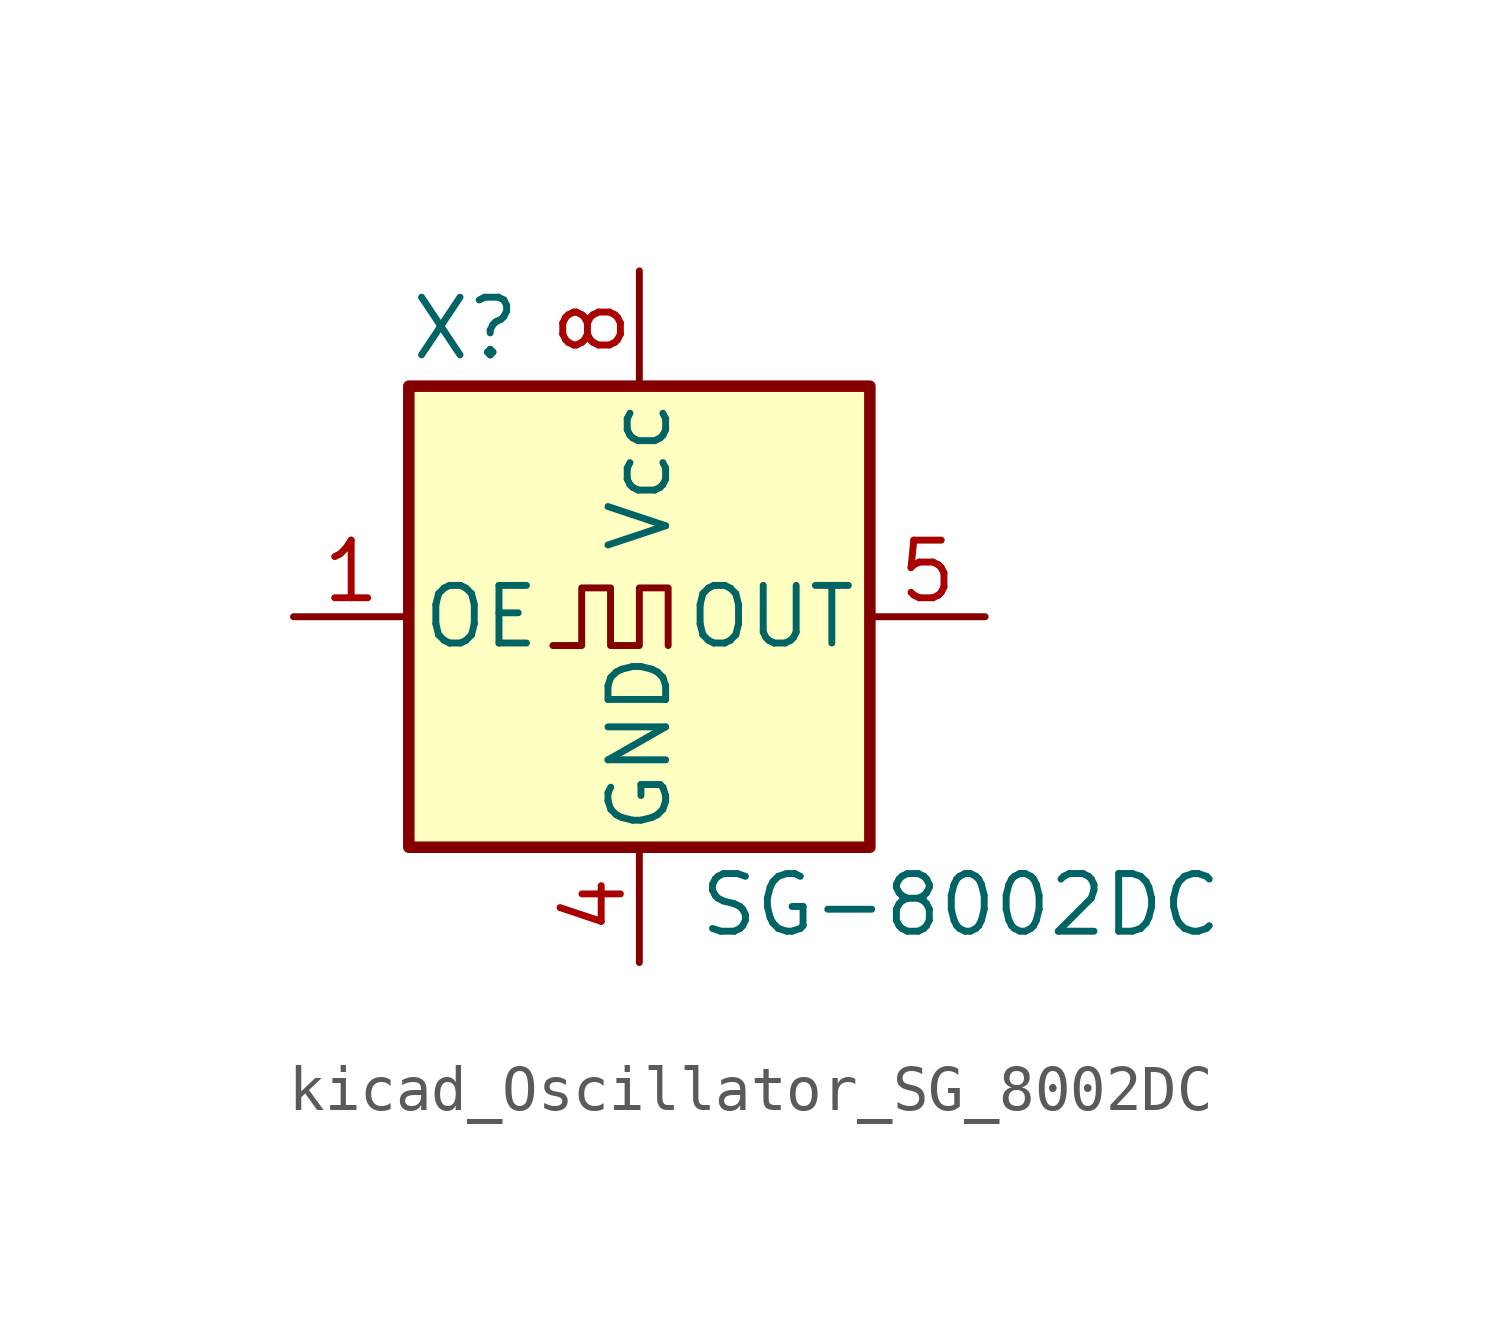
<source format=kicad_sym>
(kicad_symbol_lib
  (version 20220914)
  (generator kicad_symbol_editor)
  (symbol "kicad_Oscillator_SG_8002DC"
    (pin_names
      (offset 0.254))
    (property "Reference" "X"
      (at -5.08 6.35 0)
      (effects (font (size 1.27 1.27)) (justify left)))
    (property "Value" "SG-8002DC"
      (at 1.27 -6.35 0)
      (effects (font (size 1.27 1.27)) (justify left)))
    (symbol "kicad_Oscillator_SG_8002DC_0_1"
      (rectangle (start -5.08 5.08) (end 5.08 -5.08) (stroke (width 0.254) (type default)) (fill (type background)))
      (polyline (pts (xy -1.905 -0.635) (xy -1.27 -0.635) (xy -1.27 0.635) (xy -0.635 0.635) (xy -0.635 -0.635) (xy 0 -0.635) (xy 0 0.635) (xy 0.635 0.635) (xy 0.635 -0.635)) (stroke (width 0) (type default)) (fill (type none))))
    (symbol "kicad_Oscillator_SG_8002DC_1_1"
      (pin input line (at -7.62 0 0) (length 2.54) (name "OE" (effects (font (size 1.27 1.27)))) (number "1" (effects (font (size 1.27 1.27)))))
      (pin power_in line (at 0 -7.62 90) (length 2.54) (name "GND" (effects (font (size 1.27 1.27)))) (number "4" (effects (font (size 1.27 1.27)))))
      (pin output line (at 7.62 0 180) (length 2.54) (name "OUT" (effects (font (size 1.27 1.27)))) (number "5" (effects (font (size 1.27 1.27)))))
      (pin power_in line (at 0 7.62 270) (length 2.54) (name "Vcc" (effects (font (size 1.27 1.27)))) (number "8" (effects (font (size 1.27 1.27))))))))
</source>
